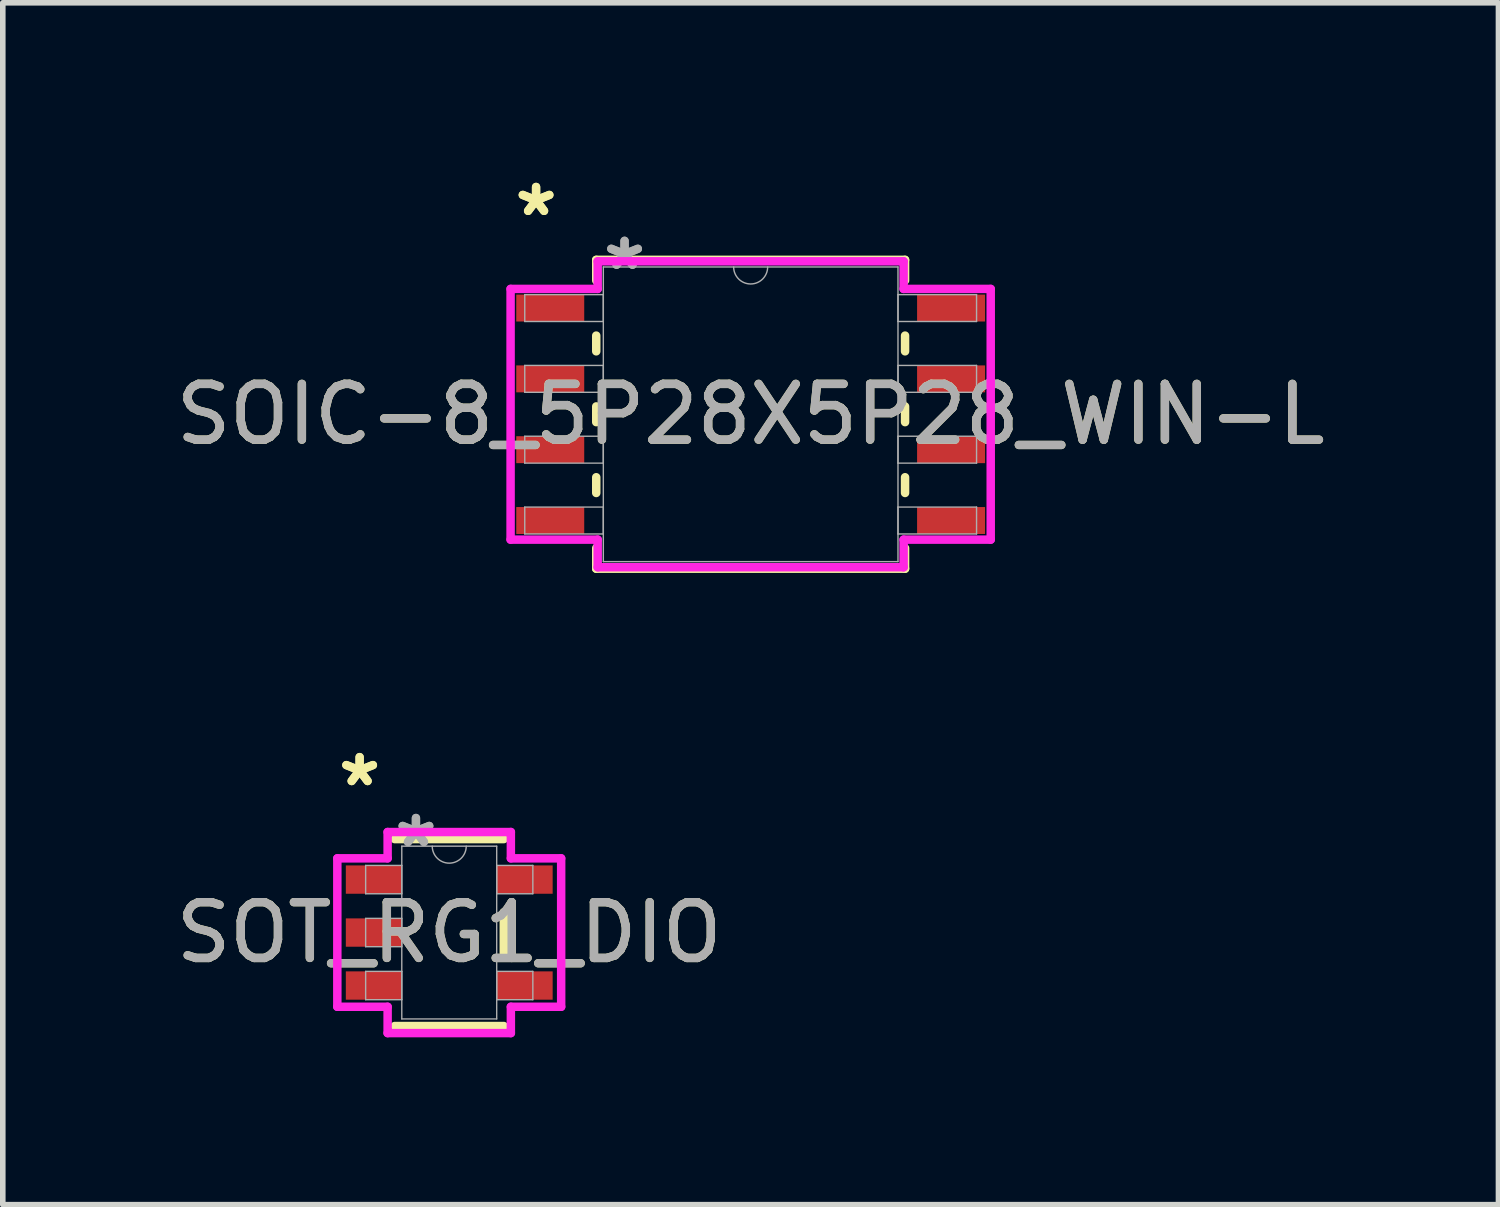
<source format=kicad_pcb>
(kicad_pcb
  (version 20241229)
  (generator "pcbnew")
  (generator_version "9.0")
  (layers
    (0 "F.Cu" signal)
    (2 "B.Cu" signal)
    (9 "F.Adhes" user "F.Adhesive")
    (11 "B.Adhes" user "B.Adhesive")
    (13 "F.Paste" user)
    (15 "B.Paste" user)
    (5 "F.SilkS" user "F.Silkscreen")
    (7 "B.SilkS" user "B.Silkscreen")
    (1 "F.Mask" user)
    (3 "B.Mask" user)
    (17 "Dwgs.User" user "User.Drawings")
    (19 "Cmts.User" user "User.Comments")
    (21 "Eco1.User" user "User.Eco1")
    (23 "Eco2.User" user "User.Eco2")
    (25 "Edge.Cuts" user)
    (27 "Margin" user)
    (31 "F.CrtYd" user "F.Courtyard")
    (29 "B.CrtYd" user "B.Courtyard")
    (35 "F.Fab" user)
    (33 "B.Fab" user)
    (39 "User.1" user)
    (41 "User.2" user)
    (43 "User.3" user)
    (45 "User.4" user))
  (footprint "SOIC-8_5P28X5P28_WIN-L"
    (layer "F.Cu")
    (at 10.411 4.379)
    (property "Reference" "SOIC-8_5P28X5P28_WIN-L" (at 0 0 0) (unlocked yes) (layer "F.SilkS") (effects (font (size 1 1) (thickness 0.15))))
    (attr smd)
    (fp_line (start -2.769 -2.769) (end -2.769 -2.399) (stroke (width 0.152) (type solid)) (layer "F.SilkS"))
    (fp_line (start -2.769 -1.411) (end -2.769 -1.129) (stroke (width 0.152) (type solid)) (layer "F.SilkS"))
    (fp_line (start -2.769 -0.141) (end -2.769 0.141) (stroke (width 0.152) (type solid)) (layer "F.SilkS"))
    (fp_line (start -2.769 1.129) (end -2.769 1.411) (stroke (width 0.152) (type solid)) (layer "F.SilkS"))
    (fp_line (start -2.769 2.399) (end -2.769 2.769) (stroke (width 0.152) (type solid)) (layer "F.SilkS"))
    (fp_line (start -2.769 2.769) (end 2.769 2.769) (stroke (width 0.152) (type solid)) (layer "F.SilkS"))
    (fp_line (start 2.769 -2.769) (end -2.769 -2.769) (stroke (width 0.152) (type solid)) (layer "F.SilkS"))
    (fp_line (start 2.769 -2.399) (end 2.769 -2.769) (stroke (width 0.152) (type solid)) (layer "F.SilkS"))
    (fp_line (start 2.769 -1.129) (end 2.769 -1.411) (stroke (width 0.152) (type solid)) (layer "F.SilkS"))
    (fp_line (start 2.769 0.141) (end 2.769 -0.141) (stroke (width 0.152) (type solid)) (layer "F.SilkS"))
    (fp_line (start 2.769 1.411) (end 2.769 1.129) (stroke (width 0.152) (type solid)) (layer "F.SilkS"))
    (fp_line (start 2.769 2.769) (end 2.769 2.399) (stroke (width 0.152) (type solid)) (layer "F.SilkS"))
    (fp_line (start -4.305 -2.248) (end -2.743 -2.248) (stroke (width 0.152) (type solid)) (layer "F.CrtYd"))
    (fp_line (start -4.305 2.248) (end -4.305 -2.248) (stroke (width 0.152) (type solid)) (layer "F.CrtYd"))
    (fp_line (start -4.305 2.248) (end -2.743 2.248) (stroke (width 0.152) (type solid)) (layer "F.CrtYd"))
    (fp_line (start -2.743 -2.743) (end 2.743 -2.743) (stroke (width 0.152) (type solid)) (layer "F.CrtYd"))
    (fp_line (start -2.743 -2.248) (end -2.743 -2.743) (stroke (width 0.152) (type solid)) (layer "F.CrtYd"))
    (fp_line (start -2.743 2.743) (end -2.743 2.248) (stroke (width 0.152) (type solid)) (layer "F.CrtYd"))
    (fp_line (start 2.743 -2.743) (end 2.743 -2.248) (stroke (width 0.152) (type solid)) (layer "F.CrtYd"))
    (fp_line (start 2.743 2.248) (end 2.743 2.743) (stroke (width 0.152) (type solid)) (layer "F.CrtYd"))
    (fp_line (start 2.743 2.743) (end -2.743 2.743) (stroke (width 0.152) (type solid)) (layer "F.CrtYd"))
    (fp_line (start 4.305 -2.248) (end 2.743 -2.248) (stroke (width 0.152) (type solid)) (layer "F.CrtYd"))
    (fp_line (start 4.305 -2.248) (end 4.305 2.248) (stroke (width 0.152) (type solid)) (layer "F.CrtYd"))
    (fp_line (start 4.305 2.248) (end 2.743 2.248) (stroke (width 0.152) (type solid)) (layer "F.CrtYd"))
    (fp_line (start -4.051 -2.146) (end -4.051 -1.664) (stroke (width 0.025) (type solid)) (layer "F.Fab"))
    (fp_line (start -4.051 -1.664) (end -2.642 -1.664) (stroke (width 0.025) (type solid)) (layer "F.Fab"))
    (fp_line (start -4.051 -0.876) (end -4.051 -0.394) (stroke (width 0.025) (type solid)) (layer "F.Fab"))
    (fp_line (start -4.051 -0.394) (end -2.642 -0.394) (stroke (width 0.025) (type solid)) (layer "F.Fab"))
    (fp_line (start -4.051 0.394) (end -4.051 0.876) (stroke (width 0.025) (type solid)) (layer "F.Fab"))
    (fp_line (start -4.051 0.876) (end -2.642 0.876) (stroke (width 0.025) (type solid)) (layer "F.Fab"))
    (fp_line (start -4.051 1.664) (end -4.051 2.146) (stroke (width 0.025) (type solid)) (layer "F.Fab"))
    (fp_line (start -4.051 2.146) (end -2.642 2.146) (stroke (width 0.025) (type solid)) (layer "F.Fab"))
    (fp_line (start -2.642 -2.642) (end -2.642 2.642) (stroke (width 0.025) (type solid)) (layer "F.Fab"))
    (fp_line (start -2.642 -2.146) (end -4.051 -2.146) (stroke (width 0.025) (type solid)) (layer "F.Fab"))
    (fp_line (start -2.642 -1.664) (end -2.642 -2.146) (stroke (width 0.025) (type solid)) (layer "F.Fab"))
    (fp_line (start -2.642 -0.876) (end -4.051 -0.876) (stroke (width 0.025) (type solid)) (layer "F.Fab"))
    (fp_line (start -2.642 -0.394) (end -2.642 -0.876) (stroke (width 0.025) (type solid)) (layer "F.Fab"))
    (fp_line (start -2.642 0.394) (end -4.051 0.394) (stroke (width 0.025) (type solid)) (layer "F.Fab"))
    (fp_line (start -2.642 0.876) (end -2.642 0.394) (stroke (width 0.025) (type solid)) (layer "F.Fab"))
    (fp_line (start -2.642 1.664) (end -4.051 1.664) (stroke (width 0.025) (type solid)) (layer "F.Fab"))
    (fp_line (start -2.642 2.146) (end -2.642 1.664) (stroke (width 0.025) (type solid)) (layer "F.Fab"))
    (fp_line (start -2.642 2.642) (end 2.642 2.642) (stroke (width 0.025) (type solid)) (layer "F.Fab"))
    (fp_line (start 2.642 -2.642) (end -2.642 -2.642) (stroke (width 0.025) (type solid)) (layer "F.Fab"))
    (fp_line (start 2.642 -2.146) (end 2.642 -1.664) (stroke (width 0.025) (type solid)) (layer "F.Fab"))
    (fp_line (start 2.642 -1.664) (end 4.051 -1.664) (stroke (width 0.025) (type solid)) (layer "F.Fab"))
    (fp_line (start 2.642 -0.876) (end 2.642 -0.394) (stroke (width 0.025) (type solid)) (layer "F.Fab"))
    (fp_line (start 2.642 -0.394) (end 4.051 -0.394) (stroke (width 0.025) (type solid)) (layer "F.Fab"))
    (fp_line (start 2.642 0.394) (end 2.642 0.876) (stroke (width 0.025) (type solid)) (layer "F.Fab"))
    (fp_line (start 2.642 0.876) (end 4.051 0.876) (stroke (width 0.025) (type solid)) (layer "F.Fab"))
    (fp_line (start 2.642 1.664) (end 2.642 2.146) (stroke (width 0.025) (type solid)) (layer "F.Fab"))
    (fp_line (start 2.642 2.146) (end 4.051 2.146) (stroke (width 0.025) (type solid)) (layer "F.Fab"))
    (fp_line (start 2.642 2.642) (end 2.642 -2.642) (stroke (width 0.025) (type solid)) (layer "F.Fab"))
    (fp_line (start 4.051 -2.146) (end 2.642 -2.146) (stroke (width 0.025) (type solid)) (layer "F.Fab"))
    (fp_line (start 4.051 -1.664) (end 4.051 -2.146) (stroke (width 0.025) (type solid)) (layer "F.Fab"))
    (fp_line (start 4.051 -0.876) (end 2.642 -0.876) (stroke (width 0.025) (type solid)) (layer "F.Fab"))
    (fp_line (start 4.051 -0.394) (end 4.051 -0.876) (stroke (width 0.025) (type solid)) (layer "F.Fab"))
    (fp_line (start 4.051 0.394) (end 2.642 0.394) (stroke (width 0.025) (type solid)) (layer "F.Fab"))
    (fp_line (start 4.051 0.876) (end 4.051 0.394) (stroke (width 0.025) (type solid)) (layer "F.Fab"))
    (fp_line (start 4.051 1.664) (end 2.642 1.664) (stroke (width 0.025) (type solid)) (layer "F.Fab"))
    (fp_line (start 4.051 2.146) (end 4.051 1.664) (stroke (width 0.025) (type solid)) (layer "F.Fab"))
    (fp_arc (start 0.3048 -2.6416) (mid 0 -2.3368) (end -0.3048 -2.6416) (stroke (width 0.0254) (type solid)) (layer "F.Fab"))
    (fp_text user "*" (at -3.848 -3.531 0) (layer "F.SilkS") (effects (font (size 1 1) (thickness 0.15))))
    (fp_text user "*" (at -3.848 -3.531 0) (unlocked yes) (layer "F.SilkS") (effects (font (size 1 1) (thickness 0.15))))
    (fp_text user "${REFERENCE}" (at 0 0 0) (unlocked yes) (layer "F.Fab") (effects (font (size 1 1) (thickness 0.15))))
    (fp_text user "*" (at -2.261 -2.565 0) (layer "F.Fab") (effects (font (size 1 1) (thickness 0.15))))
    (fp_text user "*" (at -2.261 -2.565 0) (unlocked yes) (layer "F.Fab") (effects (font (size 1 1) (thickness 0.15))))
    (pad "1" smd rect (at -3.594 -1.905) (size 1.219 0.483) (layers "F.Cu" "F.Mask" "F.Paste"))
    (pad "2" smd rect (at -3.594 -0.635) (size 1.219 0.483) (layers "F.Cu" "F.Mask" "F.Paste"))
    (pad "3" smd rect (at -3.594 0.635) (size 1.219 0.483) (layers "F.Cu" "F.Mask" "F.Paste"))
    (pad "4" smd rect (at -3.594 1.905) (size 1.219 0.483) (layers "F.Cu" "F.Mask" "F.Paste"))
    (pad "5" smd rect (at 3.594 1.905) (size 1.219 0.483) (layers "F.Cu" "F.Mask" "F.Paste"))
    (pad "6" smd rect (at 3.594 0.635) (size 1.219 0.483) (layers "F.Cu" "F.Mask" "F.Paste"))
    (pad "7" smd rect (at 3.594 -0.635) (size 1.219 0.483) (layers "F.Cu" "F.Mask" "F.Paste"))
    (pad "8" smd rect (at 3.594 -1.905) (size 1.219 0.483) (layers "F.Cu" "F.Mask" "F.Paste")))
  (footprint "SOT_RG1_DIO"
    (layer "F.Cu")
    (at 5.006 13.673)
    (property "Reference" "SOT_RG1_DIO" (at 0 0 0) (unlocked yes) (layer "F.SilkS") (effects (font (size 1 1) (thickness 0.15))))
    (attr smd)
    (fp_line (start -0.978 1.676) (end 0.978 1.676) (stroke (width 0.152) (type solid)) (layer "F.SilkS"))
    (fp_line (start 0.978 -1.676) (end -0.978 -1.676) (stroke (width 0.152) (type solid)) (layer "F.SilkS"))
    (fp_line (start 0.978 0.363) (end 0.978 -0.363) (stroke (width 0.152) (type solid)) (layer "F.SilkS"))
    (fp_line (start -2.007 -1.331) (end -1.105 -1.331) (stroke (width 0.152) (type solid)) (layer "F.CrtYd"))
    (fp_line (start -2.007 1.331) (end -2.007 -1.331) (stroke (width 0.152) (type solid)) (layer "F.CrtYd"))
    (fp_line (start -1.105 -1.803) (end 1.105 -1.803) (stroke (width 0.152) (type solid)) (layer "F.CrtYd"))
    (fp_line (start -1.105 -1.331) (end -1.105 -1.803) (stroke (width 0.152) (type solid)) (layer "F.CrtYd"))
    (fp_line (start -1.105 1.331) (end -2.007 1.331) (stroke (width 0.152) (type solid)) (layer "F.CrtYd"))
    (fp_line (start -1.105 1.803) (end -1.105 1.331) (stroke (width 0.152) (type solid)) (layer "F.CrtYd"))
    (fp_line (start 1.105 -1.803) (end 1.105 -1.331) (stroke (width 0.152) (type solid)) (layer "F.CrtYd"))
    (fp_line (start 1.105 -1.331) (end 2.007 -1.331) (stroke (width 0.152) (type solid)) (layer "F.CrtYd"))
    (fp_line (start 1.105 1.331) (end 1.105 1.803) (stroke (width 0.152) (type solid)) (layer "F.CrtYd"))
    (fp_line (start 1.105 1.803) (end -1.105 1.803) (stroke (width 0.152) (type solid)) (layer "F.CrtYd"))
    (fp_line (start 2.007 -1.331) (end 2.007 1.331) (stroke (width 0.152) (type solid)) (layer "F.CrtYd"))
    (fp_line (start 2.007 1.331) (end 1.105 1.331) (stroke (width 0.152) (type solid)) (layer "F.CrtYd"))
    (fp_line (start -1.499 -1.204) (end -1.499 -0.696) (stroke (width 0.025) (type solid)) (layer "F.Fab"))
    (fp_line (start -1.499 -0.696) (end -0.851 -0.696) (stroke (width 0.025) (type solid)) (layer "F.Fab"))
    (fp_line (start -1.499 -0.254) (end -1.499 0.254) (stroke (width 0.025) (type solid)) (layer "F.Fab"))
    (fp_line (start -1.499 0.254) (end -0.851 0.254) (stroke (width 0.025) (type solid)) (layer "F.Fab"))
    (fp_line (start -1.499 0.696) (end -1.499 1.204) (stroke (width 0.025) (type solid)) (layer "F.Fab"))
    (fp_line (start -1.499 1.204) (end -0.851 1.204) (stroke (width 0.025) (type solid)) (layer "F.Fab"))
    (fp_line (start -0.851 -1.549) (end -0.851 1.549) (stroke (width 0.025) (type solid)) (layer "F.Fab"))
    (fp_line (start -0.851 -1.204) (end -1.499 -1.204) (stroke (width 0.025) (type solid)) (layer "F.Fab"))
    (fp_line (start -0.851 -0.696) (end -0.851 -1.204) (stroke (width 0.025) (type solid)) (layer "F.Fab"))
    (fp_line (start -0.851 -0.254) (end -1.499 -0.254) (stroke (width 0.025) (type solid)) (layer "F.Fab"))
    (fp_line (start -0.851 0.254) (end -0.851 -0.254) (stroke (width 0.025) (type solid)) (layer "F.Fab"))
    (fp_line (start -0.851 0.696) (end -1.499 0.696) (stroke (width 0.025) (type solid)) (layer "F.Fab"))
    (fp_line (start -0.851 1.204) (end -0.851 0.696) (stroke (width 0.025) (type solid)) (layer "F.Fab"))
    (fp_line (start -0.851 1.549) (end 0.851 1.549) (stroke (width 0.025) (type solid)) (layer "F.Fab"))
    (fp_line (start 0.851 -1.549) (end -0.851 -1.549) (stroke (width 0.025) (type solid)) (layer "F.Fab"))
    (fp_line (start 0.851 -1.204) (end 0.851 -0.696) (stroke (width 0.025) (type solid)) (layer "F.Fab"))
    (fp_line (start 0.851 -0.696) (end 1.499 -0.696) (stroke (width 0.025) (type solid)) (layer "F.Fab"))
    (fp_line (start 0.851 0.696) (end 0.851 1.204) (stroke (width 0.025) (type solid)) (layer "F.Fab"))
    (fp_line (start 0.851 1.204) (end 1.499 1.204) (stroke (width 0.025) (type solid)) (layer "F.Fab"))
    (fp_line (start 0.851 1.549) (end 0.851 -1.549) (stroke (width 0.025) (type solid)) (layer "F.Fab"))
    (fp_line (start 1.499 -1.204) (end 0.851 -1.204) (stroke (width 0.025) (type solid)) (layer "F.Fab"))
    (fp_line (start 1.499 -0.696) (end 1.499 -1.204) (stroke (width 0.025) (type solid)) (layer "F.Fab"))
    (fp_line (start 1.499 0.696) (end 0.851 0.696) (stroke (width 0.025) (type solid)) (layer "F.Fab"))
    (fp_line (start 1.499 1.204) (end 1.499 0.696) (stroke (width 0.025) (type solid)) (layer "F.Fab"))
    (fp_arc (start 0.3048 -1.5494) (mid 0 -1.2446) (end -0.3048 -1.5494) (stroke (width 0.0254) (type solid)) (layer "F.Fab"))
    (fp_text user "*" (at -1.607 -2.601 0) (layer "F.SilkS") (effects (font (size 1 1) (thickness 0.15))))
    (fp_text user "*" (at -1.607 -2.601 0) (unlocked yes) (layer "F.SilkS") (effects (font (size 1 1) (thickness 0.15))))
    (fp_text user "*" (at -0.597 -1.509 0) (unlocked yes) (layer "F.Fab") (effects (font (size 1 1) (thickness 0.15))))
    (fp_text user "*" (at -0.597 -1.509 0) (layer "F.Fab") (effects (font (size 1 1) (thickness 0.15))))
    (fp_text user "${REFERENCE}" (at 0 0 0) (unlocked yes) (layer "F.Fab") (effects (font (size 1 1) (thickness 0.15))))
    (pad "1" smd rect (at -1.353 -0.95) (size 1.003 0.508) (layers "F.Cu" "F.Mask" "F.Paste"))
    (pad "2" smd rect (at -1.353 0) (size 1.003 0.508) (layers "F.Cu" "F.Mask" "F.Paste"))
    (pad "3" smd rect (at -1.353 0.95) (size 1.003 0.508) (layers "F.Cu" "F.Mask" "F.Paste"))
    (pad "4" smd rect (at 1.353 0.95) (size 1.003 0.508) (layers "F.Cu" "F.Mask" "F.Paste"))
    (pad "5" smd rect (at 1.353 -0.95) (size 1.003 0.508) (layers "F.Cu" "F.Mask" "F.Paste")))
  (gr_rect
    (start -3 -3)
    (end 23.821 18.552)
    (stroke (width 0.1) (type default))
    (fill no)
    (layer "Edge.Cuts")))
</source>
